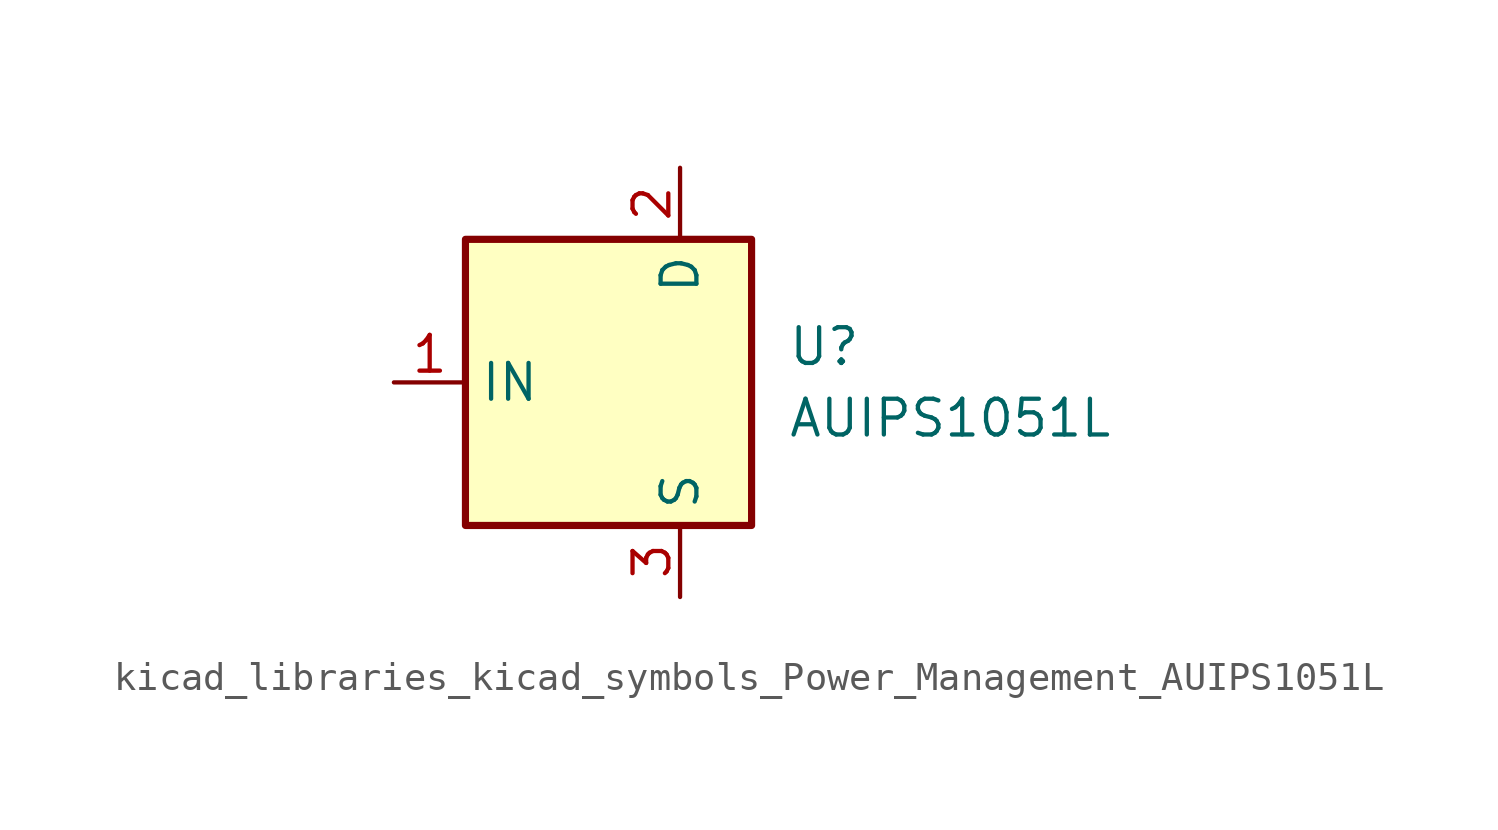
<source format=kicad_sym>
(kicad_symbol_lib
  (version 20220914)
  (generator kicad_symbol_editor)
  (symbol "kicad_libraries_kicad_symbols_Power_Management_AUIPS1051L"
    (property "Reference" "U"
      (at 3.81 1.27 0)
      (effects (font (size 1.27 1.27)) (justify left)))
    (property "Value" "AUIPS1051L"
      (at 3.81 -1.27 0)
      (effects (font (size 1.27 1.27)) (justify left)))
    (symbol "kicad_libraries_kicad_symbols_Power_Management_AUIPS1051L_0_1"
      (rectangle (start -7.62 5.08) (end 2.54 -5.08) (stroke (width 0.254) (type default)) (fill (type background))))
    (symbol "kicad_libraries_kicad_symbols_Power_Management_AUIPS1051L_1_1"
      (pin input line (at -10.16 0 0) (length 2.54) (name "IN" (effects (font (size 1.27 1.27)))) (number "1" (effects (font (size 1.27 1.27)))))
      (pin passive line (at 0 7.62 270) (length 2.54) (name "D" (effects (font (size 1.27 1.27)))) (number "2" (effects (font (size 1.27 1.27)))))
      (pin power_in line (at 0 -7.62 90) (length 2.54) (name "S" (effects (font (size 1.27 1.27)))) (number "3" (effects (font (size 1.27 1.27))))))))
</source>
